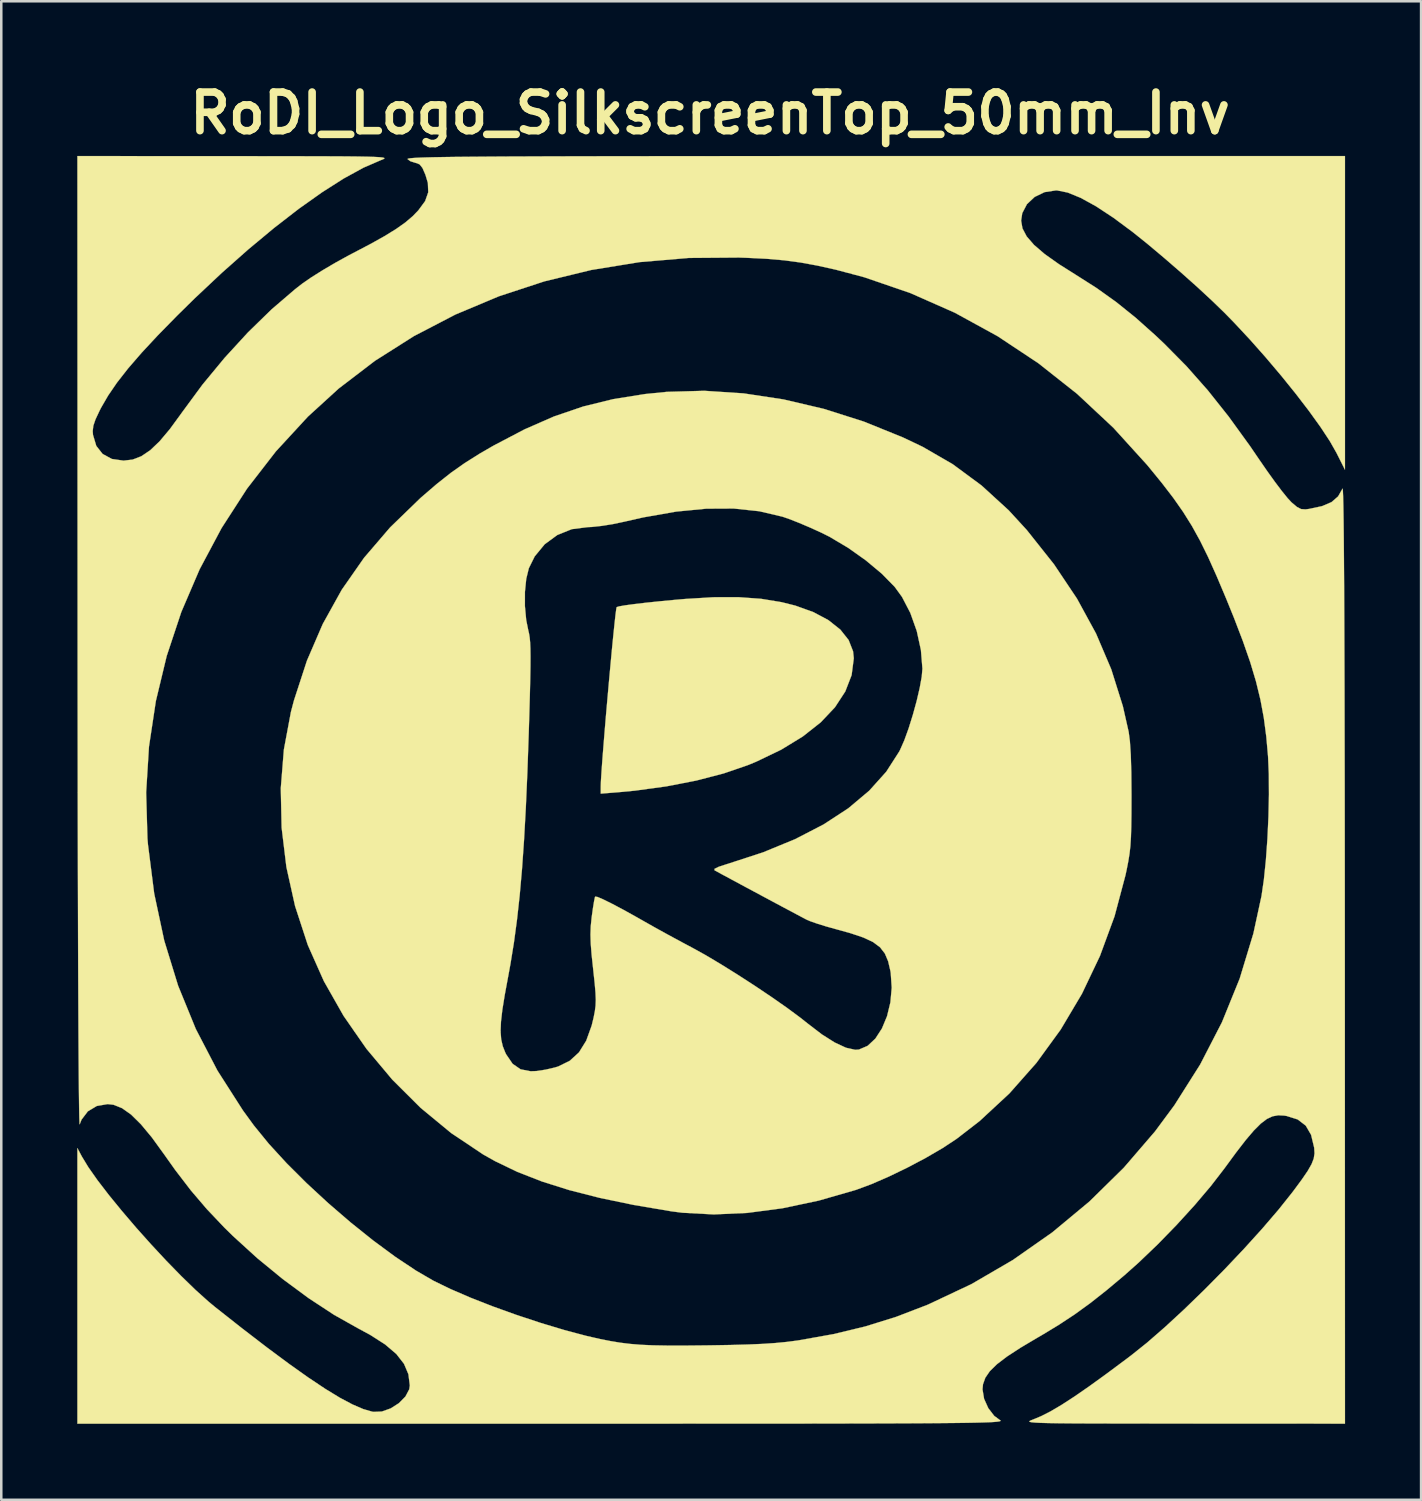
<source format=kicad_pcb>
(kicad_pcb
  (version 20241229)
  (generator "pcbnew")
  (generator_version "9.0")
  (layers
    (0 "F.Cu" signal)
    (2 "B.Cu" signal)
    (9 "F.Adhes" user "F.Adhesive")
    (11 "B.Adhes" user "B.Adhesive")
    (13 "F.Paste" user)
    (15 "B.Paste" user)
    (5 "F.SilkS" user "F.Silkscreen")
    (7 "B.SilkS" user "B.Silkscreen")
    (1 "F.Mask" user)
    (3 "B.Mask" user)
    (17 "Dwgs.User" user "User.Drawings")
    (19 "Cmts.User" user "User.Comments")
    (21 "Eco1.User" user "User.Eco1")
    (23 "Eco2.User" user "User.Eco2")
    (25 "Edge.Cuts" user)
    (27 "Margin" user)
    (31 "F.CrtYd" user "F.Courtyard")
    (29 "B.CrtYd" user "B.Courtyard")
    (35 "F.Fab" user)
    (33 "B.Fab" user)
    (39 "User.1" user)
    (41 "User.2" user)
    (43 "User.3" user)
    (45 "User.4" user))
  (footprint "RoDI_Logo_SilkscreenTop_50mm_Inv"
    (layer "F.Cu")
    (at 24.982 28.088)
    (property "Reference" "RoDI_Logo_SilkscreenTop_50mm_Inv" (at 0 -26.67 0) (layer "F.SilkS") (effects (font (size 1.524 1.524) (thickness 0.3))))
    (attr through_hole)
    (fp_poly (pts (xy 2.009 -7.5) (xy 2.817 -7.368) (xy 3.364 -7.231) (xy 4.078 -6.974) (xy 4.674 -6.655) (xy 5.141 -6.284) (xy 5.468 -5.872) (xy 5.643 -5.427) (xy 5.672 -5.152) (xy 5.586 -4.488) (xy 5.336 -3.842) (xy 4.929 -3.219) (xy 4.368 -2.625) (xy 3.659 -2.066) (xy 2.809 -1.546) (xy 1.821 -1.071) (xy 1.489 -0.934) (xy 0.536 -0.607) (xy -0.547 -0.325) (xy -1.728 -0.096) (xy -2.973 0.074) (xy -3.619 0.135) (xy -4.318 0.191) (xy -4.317 -0.095) (xy -4.31 -0.303) (xy -4.289 -0.643) (xy -4.257 -1.093) (xy -4.215 -1.631) (xy -4.166 -2.236) (xy -4.112 -2.886) (xy -4.053 -3.559) (xy -3.993 -4.233) (xy -3.933 -4.888) (xy -3.876 -5.5) (xy -3.822 -6.048) (xy -3.774 -6.512) (xy -3.735 -6.868) (xy -3.705 -7.095) (xy -3.689 -7.171) (xy -3.593 -7.201) (xy -3.351 -7.243) (xy -2.987 -7.292) (xy -2.526 -7.346) (xy -1.989 -7.402) (xy -1.4 -7.458) (xy -0.986 -7.494) (xy 0.134 -7.562) (xy 1.123 -7.564) (xy 2.009 -7.5)) (stroke (width 0.01) (type solid)) (fill yes) (layer "F.SilkS"))
    (fp_poly (pts (xy 1.316 -15.61) (xy 2.895 -15.371) (xy 4.487 -14.998) (xy 6.067 -14.496) (xy 7.613 -13.87) (xy 8.388 -13.501) (xy 9.576 -12.814) (xy 10.714 -11.974) (xy 11.786 -10.994) (xy 12.502 -10.214) (xy 13.574 -8.864) (xy 14.483 -7.506) (xy 15.235 -6.127) (xy 15.836 -4.716) (xy 16.293 -3.261) (xy 16.523 -2.244) (xy 16.571 -1.876) (xy 16.606 -1.346) (xy 16.627 -0.653) (xy 16.634 0.207) (xy 16.634 0.339) (xy 16.632 0.989) (xy 16.625 1.503) (xy 16.612 1.913) (xy 16.591 2.253) (xy 16.557 2.557) (xy 16.509 2.856) (xy 16.445 3.184) (xy 16.396 3.413) (xy 15.965 5.033) (xy 15.39 6.596) (xy 14.678 8.091) (xy 13.839 9.503) (xy 12.881 10.82) (xy 11.812 12.028) (xy 10.64 13.114) (xy 9.726 13.821) (xy 9.175 14.184) (xy 8.514 14.569) (xy 7.792 14.951) (xy 7.058 15.306) (xy 6.363 15.608) (xy 5.757 15.833) (xy 4.29 16.255) (xy 2.854 16.559) (xy 1.466 16.742) (xy 0.146 16.802) (xy -1.089 16.736) (xy -1.524 16.68) (xy -3.017 16.427) (xy -4.356 16.149) (xy -5.558 15.842) (xy -6.637 15.502) (xy -7.608 15.123) (xy -8.487 14.7) (xy -8.955 14.437) (xy -10.223 13.589) (xy -11.424 12.598) (xy -12.543 11.484) (xy -13.564 10.266) (xy -14.044 9.576) (xy -8.271 9.576) (xy -8.248 9.889) (xy -8.186 10.159) (xy -8.087 10.41) (xy -8.049 10.487) (xy -7.796 10.857) (xy -7.481 11.074) (xy -7.082 11.151) (xy -6.858 11.142) (xy -6.5 11.088) (xy -6.134 11.003) (xy -5.998 10.962) (xy -5.541 10.738) (xy -5.176 10.404) (xy -4.891 9.945) (xy -4.675 9.346) (xy -4.6 9.036) (xy -4.551 8.787) (xy -4.522 8.564) (xy -4.513 8.329) (xy -4.525 8.044) (xy -4.557 7.672) (xy -4.611 7.174) (xy -4.618 7.105) (xy -4.678 6.546) (xy -4.712 6.111) (xy -4.723 5.755) (xy -4.712 5.434) (xy -4.679 5.104) (xy -4.671 5.039) (xy -4.624 4.703) (xy -4.58 4.436) (xy -4.547 4.279) (xy -4.537 4.255) (xy -4.441 4.271) (xy -4.217 4.367) (xy -3.881 4.533) (xy -3.448 4.762) (xy -2.937 5.045) (xy -2.585 5.245) (xy -2.157 5.487) (xy -1.647 5.768) (xy -1.124 6.051) (xy -0.72 6.266) (xy -0.191 6.558) (xy 0.422 6.923) (xy 1.086 7.337) (xy 1.766 7.777) (xy 2.427 8.221) (xy 3.035 8.646) (xy 3.553 9.029) (xy 3.852 9.266) (xy 4.413 9.696) (xy 4.922 10.017) (xy 5.364 10.222) (xy 5.725 10.303) (xy 5.872 10.295) (xy 6.216 10.148) (xy 6.523 9.862) (xy 6.783 9.462) (xy 6.985 8.975) (xy 7.117 8.43) (xy 7.169 7.852) (xy 7.13 7.27) (xy 7.117 7.19) (xy 7.028 6.809) (xy 6.899 6.503) (xy 6.709 6.257) (xy 6.435 6.052) (xy 6.055 5.873) (xy 5.548 5.702) (xy 4.995 5.548) (xy 4.595 5.437) (xy 4.224 5.322) (xy 3.935 5.22) (xy 3.81 5.166) (xy 3.672 5.093) (xy 3.412 4.955) (xy 3.057 4.766) (xy 2.635 4.541) (xy 2.173 4.293) (xy 1.699 4.039) (xy 1.239 3.792) (xy 0.821 3.567) (xy 0.472 3.379) (xy 0.219 3.241) (xy 0.174 3.217) (xy 0.174 3.16) (xy 0.339 3.079) (xy 0.669 2.971) (xy 0.682 2.968) (xy 2.089 2.509) (xy 3.356 1.988) (xy 4.479 1.407) (xy 5.456 0.769) (xy 6.281 0.075) (xy 6.952 -0.672) (xy 7.464 -1.468) (xy 7.5 -1.538) (xy 7.666 -1.914) (xy 7.838 -2.39) (xy 8.004 -2.922) (xy 8.154 -3.468) (xy 8.274 -3.983) (xy 8.354 -4.425) (xy 8.381 -4.741) (xy 8.321 -5.481) (xy 8.157 -6.231) (xy 7.903 -6.944) (xy 7.575 -7.575) (xy 7.284 -7.975) (xy 6.773 -8.495) (xy 6.145 -9.019) (xy 5.448 -9.513) (xy 4.729 -9.94) (xy 4.392 -10.11) (xy 3.957 -10.308) (xy 3.515 -10.496) (xy 3.119 -10.651) (xy 2.86 -10.741) (xy 1.937 -10.957) (xy 0.936 -11.063) (xy -0.153 -11.058) (xy -1.342 -10.942) (xy -2.64 -10.714) (xy -3.395 -10.543) (xy -3.833 -10.45) (xy -4.281 -10.378) (xy -4.671 -10.336) (xy -4.834 -10.329) (xy -5.46 -10.249) (xy -6.034 -10.018) (xy -6.53 -9.654) (xy -6.925 -9.174) (xy -7.156 -8.707) (xy -7.258 -8.292) (xy -7.31 -7.775) (xy -7.311 -7.212) (xy -7.26 -6.662) (xy -7.178 -6.256) (xy -7.147 -6.123) (xy -7.123 -5.971) (xy -7.105 -5.781) (xy -7.094 -5.538) (xy -7.09 -5.224) (xy -7.092 -4.823) (xy -7.101 -4.316) (xy -7.116 -3.689) (xy -7.138 -2.922) (xy -7.16 -2.192) (xy -7.214 -0.643) (xy -7.275 0.754) (xy -7.345 2.016) (xy -7.425 3.16) (xy -7.517 4.204) (xy -7.623 5.165) (xy -7.743 6.059) (xy -7.88 6.904) (xy -7.972 7.408) (xy -8.107 8.136) (xy -8.202 8.724) (xy -8.256 9.195) (xy -8.271 9.576) (xy -14.044 9.576) (xy -14.47 8.962) (xy -15.247 7.593) (xy -15.877 6.177) (xy -15.889 6.144) (xy -16.384 4.629) (xy -16.727 3.086) (xy -16.915 1.531) (xy -16.948 -0.02) (xy -16.826 -1.548) (xy -16.547 -3.037) (xy -16.428 -3.488) (xy -15.916 -5.057) (xy -15.29 -6.508) (xy -14.541 -7.857) (xy -13.658 -9.122) (xy -12.631 -10.319) (xy -11.449 -11.464) (xy -11.413 -11.497) (xy -10.796 -12.028) (xy -10.238 -12.47) (xy -9.685 -12.86) (xy -9.086 -13.237) (xy -8.551 -13.546) (xy -7.331 -14.186) (xy -6.163 -14.698) (xy -5.007 -15.092) (xy -3.822 -15.383) (xy -2.568 -15.583) (xy -1.714 -15.669) (xy -0.228 -15.711) (xy 1.316 -15.61)) (stroke (width 0.01) (type solid)) (fill yes) (layer "F.SilkS"))
    (fp_poly (pts (xy 25.061 -12.596) (xy 24.726 -13.262) (xy 24.464 -13.723) (xy 24.098 -14.279) (xy 23.644 -14.91) (xy 23.121 -15.592) (xy 22.546 -16.305) (xy 21.936 -17.026) (xy 21.309 -17.734) (xy 20.682 -18.406) (xy 20.309 -18.788) (xy 19.818 -19.264) (xy 19.231 -19.808) (xy 18.585 -20.384) (xy 17.921 -20.959) (xy 17.278 -21.499) (xy 16.693 -21.969) (xy 16.679 -21.98) (xy 15.919 -22.544) (xy 15.233 -22.995) (xy 14.63 -23.327) (xy 14.116 -23.537) (xy 13.699 -23.621) (xy 13.649 -23.622) (xy 13.201 -23.553) (xy 12.811 -23.364) (xy 12.508 -23.08) (xy 12.322 -22.725) (xy 12.277 -22.428) (xy 12.33 -22.122) (xy 12.496 -21.806) (xy 12.785 -21.472) (xy 13.206 -21.11) (xy 13.77 -20.71) (xy 14.393 -20.317) (xy 15.241 -19.778) (xy 16.026 -19.218) (xy 16.792 -18.602) (xy 17.586 -17.893) (xy 17.937 -17.561) (xy 18.803 -16.684) (xy 19.64 -15.738) (xy 20.469 -14.695) (xy 21.314 -13.528) (xy 21.683 -12.987) (xy 21.993 -12.538) (xy 22.296 -12.116) (xy 22.572 -11.751) (xy 22.799 -11.471) (xy 22.949 -11.309) (xy 23.165 -11.127) (xy 23.327 -11.043) (xy 23.503 -11.03) (xy 23.65 -11.049) (xy 24.159 -11.158) (xy 24.53 -11.317) (xy 24.789 -11.541) (xy 24.964 -11.848) (xy 24.966 -11.853) (xy 24.977 -11.799) (xy 24.987 -11.579) (xy 24.997 -11.193) (xy 25.006 -10.64) (xy 25.014 -9.922) (xy 25.021 -9.036) (xy 25.028 -7.983) (xy 25.034 -6.764) (xy 25.039 -5.376) (xy 25.044 -3.821) (xy 25.047 -2.098) (xy 25.051 -0.207) (xy 25.053 1.853) (xy 25.055 4.082) (xy 25.056 6.48) (xy 25.056 6.498) (xy 25.061 25.061) (xy 18.69 25.058) (xy 17.502 25.058) (xy 16.472 25.057) (xy 15.59 25.055) (xy 14.847 25.053) (xy 14.23 25.05) (xy 13.731 25.045) (xy 13.338 25.038) (xy 13.041 25.03) (xy 12.829 25.019) (xy 12.692 25.006) (xy 12.619 24.991) (xy 12.6 24.972) (xy 12.625 24.949) (xy 12.682 24.924) (xy 12.742 24.901) (xy 13.071 24.764) (xy 13.444 24.574) (xy 13.872 24.321) (xy 14.372 23.997) (xy 14.957 23.593) (xy 15.64 23.099) (xy 16.435 22.507) (xy 16.612 22.373) (xy 17.248 21.865) (xy 17.959 21.246) (xy 18.722 20.541) (xy 19.511 19.776) (xy 20.302 18.976) (xy 21.07 18.165) (xy 21.79 17.37) (xy 22.437 16.616) (xy 22.986 15.927) (xy 23.025 15.875) (xy 23.355 15.429) (xy 23.59 15.085) (xy 23.743 14.816) (xy 23.829 14.595) (xy 23.859 14.393) (xy 23.847 14.184) (xy 23.844 14.16) (xy 23.724 13.66) (xy 23.512 13.296) (xy 23.194 13.052) (xy 22.756 12.915) (xy 22.661 12.9) (xy 22.427 12.888) (xy 22.205 12.928) (xy 21.98 13.032) (xy 21.739 13.215) (xy 21.465 13.488) (xy 21.144 13.865) (xy 20.763 14.358) (xy 20.305 14.982) (xy 20.302 14.986) (xy 19.767 15.68) (xy 19.128 16.434) (xy 18.418 17.213) (xy 17.673 17.979) (xy 16.925 18.695) (xy 16.354 19.204) (xy 15.643 19.8) (xy 15.004 20.304) (xy 14.394 20.746) (xy 13.769 21.158) (xy 13.087 21.571) (xy 12.912 21.672) (xy 12.245 22.068) (xy 11.72 22.411) (xy 11.324 22.713) (xy 11.043 22.988) (xy 10.864 23.248) (xy 10.772 23.506) (xy 10.753 23.708) (xy 10.815 24.081) (xy 10.981 24.45) (xy 11.216 24.755) (xy 11.43 24.913) (xy 11.458 24.93) (xy 11.469 24.945) (xy 11.456 24.959) (xy 11.412 24.972) (xy 11.331 24.984) (xy 11.206 24.995) (xy 11.031 25.005) (xy 10.8 25.013) (xy 10.505 25.021) (xy 10.141 25.028) (xy 9.701 25.034) (xy 9.179 25.039) (xy 8.567 25.044) (xy 7.859 25.048) (xy 7.05 25.051) (xy 6.132 25.054) (xy 5.099 25.056) (xy 3.944 25.058) (xy 2.661 25.059) (xy 1.243 25.06) (xy -0.316 25.06) (xy -2.022 25.061) (xy -3.882 25.061) (xy -5.903 25.061) (xy -6.625 25.061) (xy -24.977 25.061) (xy -24.977 14.184) (xy -24.797 14.522) (xy -24.542 14.942) (xy -24.181 15.455) (xy -23.733 16.038) (xy -23.218 16.668) (xy -22.656 17.326) (xy -22.065 17.987) (xy -21.466 18.631) (xy -20.876 19.236) (xy -20.317 19.779) (xy -19.807 20.238) (xy -19.548 20.453) (xy -18.457 21.313) (xy -17.482 22.062) (xy -16.617 22.704) (xy -15.855 23.245) (xy -15.189 23.689) (xy -14.611 24.041) (xy -14.116 24.304) (xy -13.695 24.485) (xy -13.342 24.587) (xy -13.292 24.596) (xy -12.958 24.583) (xy -12.609 24.459) (xy -12.285 24.252) (xy -12.028 23.991) (xy -11.877 23.706) (xy -11.854 23.552) (xy -11.91 23.109) (xy -12.084 22.699) (xy -12.386 22.312) (xy -12.828 21.935) (xy -13.42 21.556) (xy -13.885 21.305) (xy -14.841 20.768) (xy -15.848 20.108) (xy -16.872 19.352) (xy -17.88 18.525) (xy -18.838 17.652) (xy -19.177 17.319) (xy -19.864 16.595) (xy -20.495 15.856) (xy -21.114 15.049) (xy -21.549 14.436) (xy -22.034 13.766) (xy -22.467 13.245) (xy -22.856 12.861) (xy -23.214 12.607) (xy -23.549 12.473) (xy -23.782 12.446) (xy -24.212 12.521) (xy -24.565 12.733) (xy -24.814 13.061) (xy -24.887 13.248) (xy -24.894 13.191) (xy -24.902 12.97) (xy -24.909 12.592) (xy -24.916 12.062) (xy -24.923 11.386) (xy -24.929 10.569) (xy -24.935 9.618) (xy -24.94 8.539) (xy -24.945 7.336) (xy -24.95 6.017) (xy -24.954 4.586) (xy -24.958 3.05) (xy -24.962 1.414) (xy -24.964 0.145) (xy -22.263 0.145) (xy -22.211 1.961) (xy -22.191 2.201) (xy -21.945 4.136) (xy -21.549 5.992) (xy -21.001 7.773) (xy -20.302 9.483) (xy -19.449 11.123) (xy -18.442 12.697) (xy -18.008 13.293) (xy -17.422 14.012) (xy -16.721 14.777) (xy -15.932 15.564) (xy -15.081 16.351) (xy -14.197 17.113) (xy -13.304 17.828) (xy -12.432 18.472) (xy -11.606 19.022) (xy -10.917 19.422) (xy -10.253 19.745) (xy -9.461 20.087) (xy -8.578 20.433) (xy -7.641 20.77) (xy -6.688 21.085) (xy -5.757 21.365) (xy -4.885 21.597) (xy -4.353 21.719) (xy -3.941 21.8) (xy -3.551 21.865) (xy -3.158 21.913) (xy -2.734 21.948) (xy -2.253 21.969) (xy -1.687 21.979) (xy -1.01 21.98) (xy -0.196 21.972) (xy -0.042 21.97) (xy 0.796 21.956) (xy 1.493 21.937) (xy 2.078 21.912) (xy 2.578 21.878) (xy 3.021 21.835) (xy 3.437 21.781) (xy 3.514 21.769) (xy 4.875 21.526) (xy 6.131 21.223) (xy 7.344 20.845) (xy 8.573 20.373) (xy 8.619 20.353) (xy 10.318 19.552) (xy 11.952 18.6) (xy 13.508 17.51) (xy 14.972 16.293) (xy 16.327 14.962) (xy 17.56 13.529) (xy 18.325 12.496) (xy 19.344 10.886) (xy 20.204 9.218) (xy 20.905 7.493) (xy 21.446 5.712) (xy 21.766 4.233) (xy 21.86 3.588) (xy 21.939 2.819) (xy 22 1.972) (xy 22.041 1.092) (xy 22.06 0.226) (xy 22.055 -0.582) (xy 22.025 -1.274) (xy 21.955 -2.062) (xy 21.858 -2.8) (xy 21.725 -3.515) (xy 21.549 -4.238) (xy 21.321 -4.999) (xy 21.033 -5.826) (xy 20.679 -6.751) (xy 20.368 -7.516) (xy 19.997 -8.394) (xy 19.661 -9.144) (xy 19.34 -9.796) (xy 19.015 -10.383) (xy 18.669 -10.936) (xy 18.282 -11.488) (xy 17.834 -12.071) (xy 17.308 -12.716) (xy 17.248 -12.788) (xy 15.918 -14.253) (xy 14.485 -15.592) (xy 12.958 -16.799) (xy 11.347 -17.868) (xy 9.66 -18.793) (xy 7.905 -19.569) (xy 6.093 -20.191) (xy 4.958 -20.493) (xy 4.234 -20.654) (xy 3.574 -20.775) (xy 2.925 -20.862) (xy 2.232 -20.922) (xy 1.443 -20.961) (xy 1.141 -20.971) (xy -0.837 -20.956) (xy -2.784 -20.791) (xy -4.69 -20.481) (xy -6.544 -20.031) (xy -8.336 -19.443) (xy -10.054 -18.722) (xy -11.689 -17.872) (xy -13.229 -16.896) (xy -14.664 -15.799) (xy -15.877 -14.692) (xy -17.143 -13.318) (xy -18.281 -11.848) (xy -19.284 -10.294) (xy -20.151 -8.667) (xy -20.875 -6.979) (xy -21.452 -5.242) (xy -21.879 -3.468) (xy -22.151 -1.668) (xy -22.263 0.145) (xy -24.964 0.145) (xy -24.964 -0.316) (xy -24.966 -2.133) (xy -24.968 -4.033) (xy -24.969 -5.736) (xy -24.977 -24.977) (xy -18.775 -24.974) (xy -17.603 -24.973) (xy -16.59 -24.972) (xy -15.726 -24.97) (xy -14.998 -24.968) (xy -14.398 -24.965) (xy -13.914 -24.96) (xy -13.535 -24.953) (xy -13.252 -24.944) (xy -13.052 -24.933) (xy -12.927 -24.92) (xy -12.865 -24.903) (xy -12.855 -24.884) (xy -12.888 -24.861) (xy -12.951 -24.834) (xy -12.996 -24.817) (xy -13.684 -24.519) (xy -14.462 -24.093) (xy -15.316 -23.549) (xy -16.237 -22.896) (xy -17.212 -22.141) (xy -18.229 -21.295) (xy -19.278 -20.365) (xy -20.346 -19.361) (xy -21.043 -18.675) (xy -21.804 -17.898) (xy -22.443 -17.211) (xy -22.975 -16.596) (xy -23.41 -16.04) (xy -23.762 -15.526) (xy -24.044 -15.039) (xy -24.102 -14.925) (xy -24.263 -14.582) (xy -24.348 -14.331) (xy -24.372 -14.12) (xy -24.361 -13.97) (xy -24.231 -13.536) (xy -23.979 -13.216) (xy -23.615 -13.02) (xy -23.156 -12.954) (xy -22.799 -12.995) (xy -22.454 -13.127) (xy -22.104 -13.363) (xy -21.734 -13.715) (xy -21.329 -14.196) (xy -20.874 -14.819) (xy -20.846 -14.859) (xy -20.042 -15.951) (xy -19.164 -17.013) (xy -18.243 -18.017) (xy -17.306 -18.93) (xy -16.382 -19.722) (xy -16.097 -19.944) (xy -15.755 -20.181) (xy -15.309 -20.462) (xy -14.809 -20.757) (xy -14.302 -21.037) (xy -14.11 -21.138) (xy -13.409 -21.506) (xy -12.843 -21.822) (xy -12.39 -22.102) (xy -12.029 -22.358) (xy -11.739 -22.605) (xy -11.519 -22.833) (xy -11.249 -23.201) (xy -11.127 -23.548) (xy -11.142 -23.919) (xy -11.238 -24.239) (xy -11.355 -24.507) (xy -11.466 -24.648) (xy -11.603 -24.704) (xy -11.623 -24.707) (xy -11.829 -24.772) (xy -11.942 -24.855) (xy -11.938 -24.869) (xy -11.896 -24.881) (xy -11.812 -24.893) (xy -11.678 -24.904) (xy -11.488 -24.914) (xy -11.236 -24.923) (xy -10.916 -24.931) (xy -10.522 -24.938) (xy -10.046 -24.945) (xy -9.483 -24.95) (xy -8.827 -24.955) (xy -8.071 -24.96) (xy -7.209 -24.963) (xy -6.234 -24.967) (xy -5.141 -24.969) (xy -3.923 -24.972) (xy -2.574 -24.973) (xy -1.087 -24.975) (xy 0.543 -24.976) (xy 2.324 -24.976) (xy 4.261 -24.977) (xy 6.36 -24.977) (xy 25.061 -24.977) (xy 25.061 -12.596)) (stroke (width 0.01) (type solid)) (fill yes) (layer "F.SilkS")))
  (gr_rect
    (start -3 -3)
    (end 53.048 56.154)
    (stroke (width 0.1) (type default))
    (fill no)
    (layer "Edge.Cuts")))
</source>
